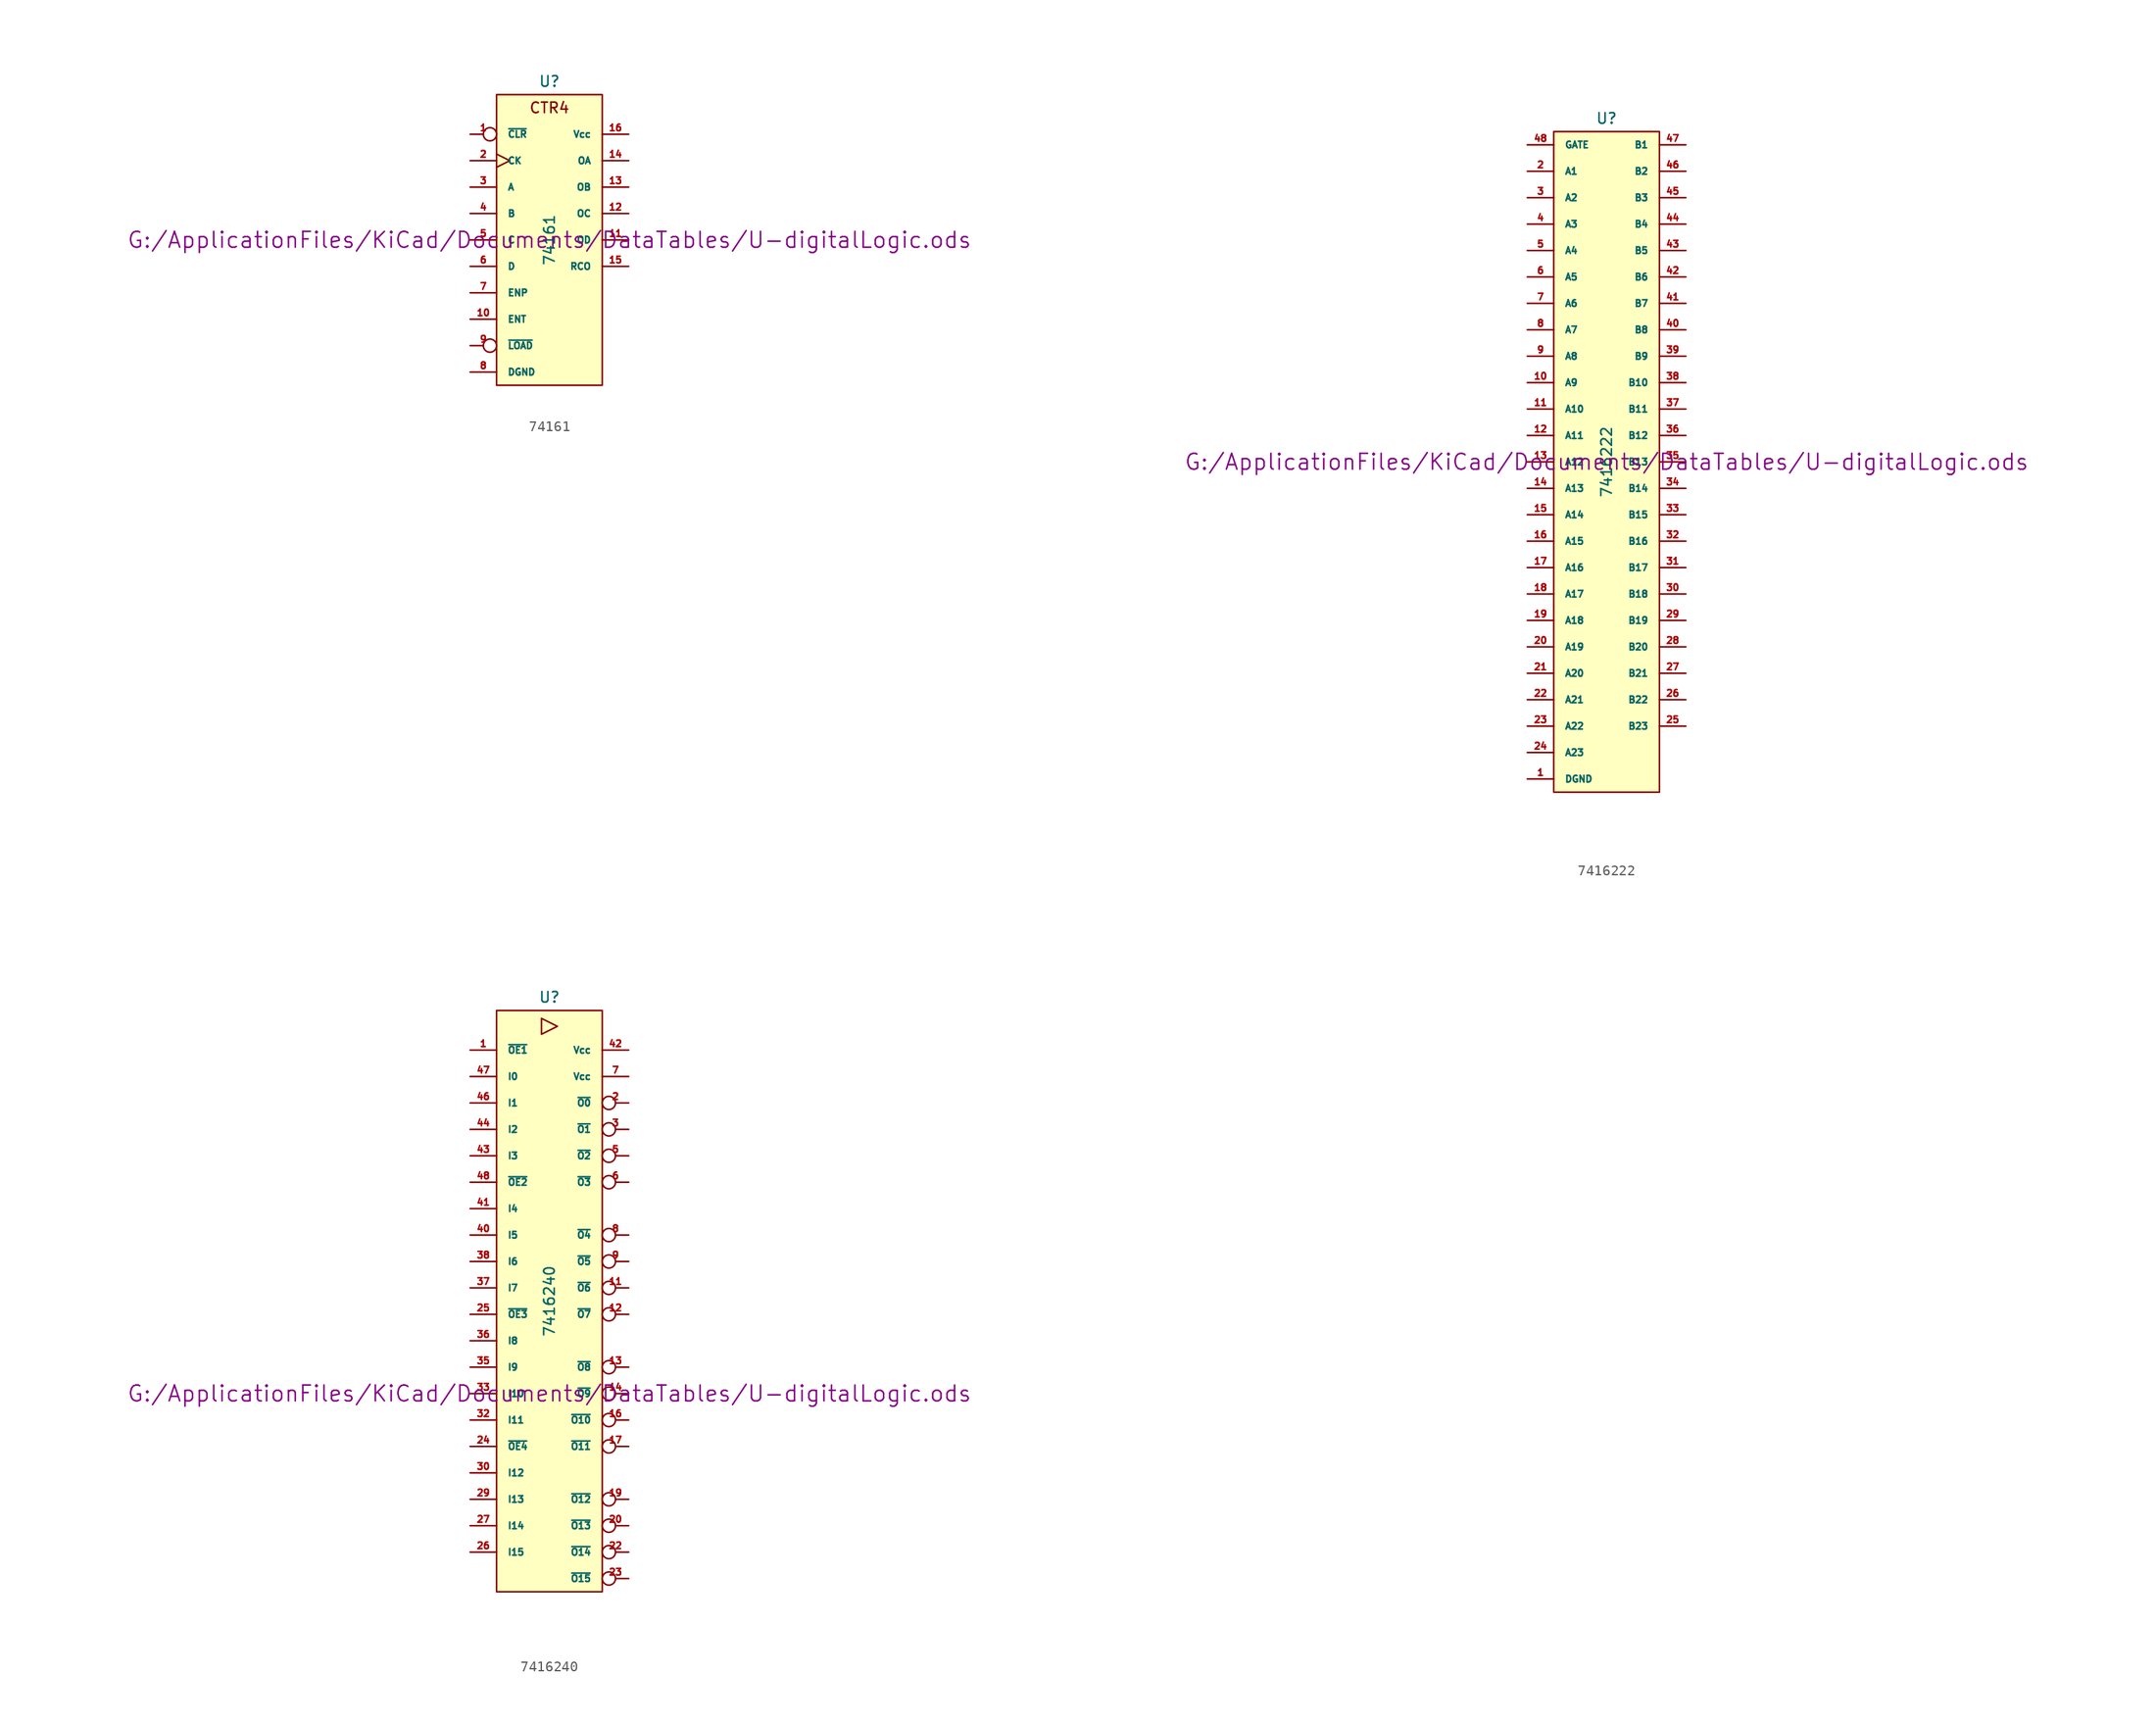
<source format=kicad_sym>
(kicad_symbol_lib
  (version 20211014)
  (generator kicad_symbol_editor)
  (symbol "74161"
    (pin_names
      (offset 1.016))
    (property "Reference" "U"
      (at 0 15.24 0)
      (effects (font (size 1.016 1.016))))
    (property "Value" "74161"
      (at 0 0 90)
      (effects (font (size 1.016 1.016))))
    (property "Footprint" ""
      (at 0 0 0)
      (effects (font (size 1.524 1.524))))
    (property "Datasheet" "G:/ApplicationFiles/KiCad/Documents/DataTables/U-digitalLogic.ods"
      (at 0 0 0)
      (effects (font (size 1.524 1.524))))
    (symbol "74161_0_0"
      (text "CTR4" (at 0 12.7 0) (effects (font (size 1.016 1.016)))))
    (symbol "74161_0_1"
      (rectangle (start -5.08 13.97) (end 5.08 -13.97) (stroke (width 0) (type default) (color 0 0 0 0)) (fill (type background))))
    (symbol "74161_1_1"
      (pin input inverted (at -7.62 10.16 0) (length 2.54) (name "~{CLR}" (effects (font (size 0.635 0.635)))) (number "1" (effects (font (size 0.635 0.635)))))
      (pin input line (at -7.62 -7.62 0) (length 2.54) (name "ENT" (effects (font (size 0.635 0.635)))) (number "10" (effects (font (size 0.635 0.635)))))
      (pin output line (at 7.62 0 180) (length 2.54) (name "OD" (effects (font (size 0.635 0.635)))) (number "11" (effects (font (size 0.635 0.635)))))
      (pin output line (at 7.62 2.54 180) (length 2.54) (name "OC" (effects (font (size 0.635 0.635)))) (number "12" (effects (font (size 0.635 0.635)))))
      (pin output line (at 7.62 5.08 180) (length 2.54) (name "OB" (effects (font (size 0.635 0.635)))) (number "13" (effects (font (size 0.635 0.635)))))
      (pin output line (at 7.62 7.62 180) (length 2.54) (name "OA" (effects (font (size 0.635 0.635)))) (number "14" (effects (font (size 0.635 0.635)))))
      (pin output line (at 7.62 -2.54 180) (length 2.54) (name "RCO" (effects (font (size 0.635 0.635)))) (number "15" (effects (font (size 0.635 0.635)))))
      (pin power_in line (at 7.62 10.16 180) (length 2.54) (name "Vcc" (effects (font (size 0.635 0.635)))) (number "16" (effects (font (size 0.635 0.635)))))
      (pin input clock (at -7.62 7.62 0) (length 2.54) (name "CK" (effects (font (size 0.635 0.635)))) (number "2" (effects (font (size 0.635 0.635)))))
      (pin input line (at -7.62 5.08 0) (length 2.54) (name "A" (effects (font (size 0.635 0.635)))) (number "3" (effects (font (size 0.635 0.635)))))
      (pin input line (at -7.62 2.54 0) (length 2.54) (name "B" (effects (font (size 0.635 0.635)))) (number "4" (effects (font (size 0.635 0.635)))))
      (pin input line (at -7.62 0 0) (length 2.54) (name "C" (effects (font (size 0.635 0.635)))) (number "5" (effects (font (size 0.635 0.635)))))
      (pin input line (at -7.62 -2.54 0) (length 2.54) (name "D" (effects (font (size 0.635 0.635)))) (number "6" (effects (font (size 0.635 0.635)))))
      (pin input line (at -7.62 -5.08 0) (length 2.54) (name "ENP" (effects (font (size 0.635 0.635)))) (number "7" (effects (font (size 0.635 0.635)))))
      (pin power_in line (at -7.62 -12.7 0) (length 2.54) (name "DGND" (effects (font (size 0.635 0.635)))) (number "8" (effects (font (size 0.635 0.635)))))
      (pin input inverted (at -7.62 -10.16 0) (length 2.54) (name "~{LOAD}" (effects (font (size 0.635 0.635)))) (number "9" (effects (font (size 0.635 0.635)))))))
  (symbol "7416222"
    (pin_names
      (offset 1.016))
    (property "Reference" "U"
      (at 0 33.02 0)
      (effects (font (size 1.016 1.016))))
    (property "Value" "7416222"
      (at 0 0 90)
      (effects (font (size 1.016 1.016))))
    (property "Footprint" ""
      (at 0 0 0)
      (effects (font (size 1.524 1.524))))
    (property "Datasheet" "G:/ApplicationFiles/KiCad/Documents/DataTables/U-digitalLogic.ods"
      (at 0 0 0)
      (effects (font (size 1.524 1.524))))
    (symbol "7416222_0_1"
      (rectangle (start -5.08 31.75) (end 5.08 -31.75) (stroke (width 0) (type default) (color 0 0 0 0)) (fill (type background))))
    (symbol "7416222_1_1"
      (pin power_in line (at -7.62 -30.48 0) (length 2.54) (name "DGND" (effects (font (size 0.635 0.635)))) (number "1" (effects (font (size 0.635 0.635)))))
      (pin bidirectional line (at -7.62 7.62 0) (length 2.54) (name "A9" (effects (font (size 0.635 0.635)))) (number "10" (effects (font (size 0.635 0.635)))))
      (pin bidirectional line (at -7.62 5.08 0) (length 2.54) (name "A10" (effects (font (size 0.635 0.635)))) (number "11" (effects (font (size 0.635 0.635)))))
      (pin bidirectional line (at -7.62 2.54 0) (length 2.54) (name "A11" (effects (font (size 0.635 0.635)))) (number "12" (effects (font (size 0.635 0.635)))))
      (pin bidirectional line (at -7.62 0 0) (length 2.54) (name "A12" (effects (font (size 0.635 0.635)))) (number "13" (effects (font (size 0.635 0.635)))))
      (pin bidirectional line (at -7.62 -2.54 0) (length 2.54) (name "A13" (effects (font (size 0.635 0.635)))) (number "14" (effects (font (size 0.635 0.635)))))
      (pin bidirectional line (at -7.62 -5.08 0) (length 2.54) (name "A14" (effects (font (size 0.635 0.635)))) (number "15" (effects (font (size 0.635 0.635)))))
      (pin bidirectional line (at -7.62 -7.62 0) (length 2.54) (name "A15" (effects (font (size 0.635 0.635)))) (number "16" (effects (font (size 0.635 0.635)))))
      (pin bidirectional line (at -7.62 -10.16 0) (length 2.54) (name "A16" (effects (font (size 0.635 0.635)))) (number "17" (effects (font (size 0.635 0.635)))))
      (pin bidirectional line (at -7.62 -12.7 0) (length 2.54) (name "A17" (effects (font (size 0.635 0.635)))) (number "18" (effects (font (size 0.635 0.635)))))
      (pin bidirectional line (at -7.62 -15.24 0) (length 2.54) (name "A18" (effects (font (size 0.635 0.635)))) (number "19" (effects (font (size 0.635 0.635)))))
      (pin bidirectional line (at -7.62 27.94 0) (length 2.54) (name "A1" (effects (font (size 0.635 0.635)))) (number "2" (effects (font (size 0.635 0.635)))))
      (pin bidirectional line (at -7.62 -17.78 0) (length 2.54) (name "A19" (effects (font (size 0.635 0.635)))) (number "20" (effects (font (size 0.635 0.635)))))
      (pin bidirectional line (at -7.62 -20.32 0) (length 2.54) (name "A20" (effects (font (size 0.635 0.635)))) (number "21" (effects (font (size 0.635 0.635)))))
      (pin bidirectional line (at -7.62 -22.86 0) (length 2.54) (name "A21" (effects (font (size 0.635 0.635)))) (number "22" (effects (font (size 0.635 0.635)))))
      (pin bidirectional line (at -7.62 -25.4 0) (length 2.54) (name "A22" (effects (font (size 0.635 0.635)))) (number "23" (effects (font (size 0.635 0.635)))))
      (pin bidirectional line (at -7.62 -27.94 0) (length 2.54) (name "A23" (effects (font (size 0.635 0.635)))) (number "24" (effects (font (size 0.635 0.635)))))
      (pin bidirectional line (at 7.62 -25.4 180) (length 2.54) (name "B23" (effects (font (size 0.635 0.635)))) (number "25" (effects (font (size 0.635 0.635)))))
      (pin bidirectional line (at 7.62 -22.86 180) (length 2.54) (name "B22" (effects (font (size 0.635 0.635)))) (number "26" (effects (font (size 0.635 0.635)))))
      (pin bidirectional line (at 7.62 -20.32 180) (length 2.54) (name "B21" (effects (font (size 0.635 0.635)))) (number "27" (effects (font (size 0.635 0.635)))))
      (pin bidirectional line (at 7.62 -17.78 180) (length 2.54) (name "B20" (effects (font (size 0.635 0.635)))) (number "28" (effects (font (size 0.635 0.635)))))
      (pin bidirectional line (at 7.62 -15.24 180) (length 2.54) (name "B19" (effects (font (size 0.635 0.635)))) (number "29" (effects (font (size 0.635 0.635)))))
      (pin bidirectional line (at -7.62 25.4 0) (length 2.54) (name "A2" (effects (font (size 0.635 0.635)))) (number "3" (effects (font (size 0.635 0.635)))))
      (pin bidirectional line (at 7.62 -12.7 180) (length 2.54) (name "B18" (effects (font (size 0.635 0.635)))) (number "30" (effects (font (size 0.635 0.635)))))
      (pin bidirectional line (at 7.62 -10.16 180) (length 2.54) (name "B17" (effects (font (size 0.635 0.635)))) (number "31" (effects (font (size 0.635 0.635)))))
      (pin bidirectional line (at 7.62 -7.62 180) (length 2.54) (name "B16" (effects (font (size 0.635 0.635)))) (number "32" (effects (font (size 0.635 0.635)))))
      (pin bidirectional line (at 7.62 -5.08 180) (length 2.54) (name "B15" (effects (font (size 0.635 0.635)))) (number "33" (effects (font (size 0.635 0.635)))))
      (pin bidirectional line (at 7.62 -2.54 180) (length 2.54) (name "B14" (effects (font (size 0.635 0.635)))) (number "34" (effects (font (size 0.635 0.635)))))
      (pin bidirectional line (at 7.62 0 180) (length 2.54) (name "B13" (effects (font (size 0.635 0.635)))) (number "35" (effects (font (size 0.635 0.635)))))
      (pin bidirectional line (at 7.62 2.54 180) (length 2.54) (name "B12" (effects (font (size 0.635 0.635)))) (number "36" (effects (font (size 0.635 0.635)))))
      (pin bidirectional line (at 7.62 5.08 180) (length 2.54) (name "B11" (effects (font (size 0.635 0.635)))) (number "37" (effects (font (size 0.635 0.635)))))
      (pin bidirectional line (at 7.62 7.62 180) (length 2.54) (name "B10" (effects (font (size 0.635 0.635)))) (number "38" (effects (font (size 0.635 0.635)))))
      (pin bidirectional line (at 7.62 10.16 180) (length 2.54) (name "B9" (effects (font (size 0.635 0.635)))) (number "39" (effects (font (size 0.635 0.635)))))
      (pin bidirectional line (at -7.62 22.86 0) (length 2.54) (name "A3" (effects (font (size 0.635 0.635)))) (number "4" (effects (font (size 0.635 0.635)))))
      (pin bidirectional line (at 7.62 12.7 180) (length 2.54) (name "B8" (effects (font (size 0.635 0.635)))) (number "40" (effects (font (size 0.635 0.635)))))
      (pin bidirectional line (at 7.62 15.24 180) (length 2.54) (name "B7" (effects (font (size 0.635 0.635)))) (number "41" (effects (font (size 0.635 0.635)))))
      (pin bidirectional line (at 7.62 17.78 180) (length 2.54) (name "B6" (effects (font (size 0.635 0.635)))) (number "42" (effects (font (size 0.635 0.635)))))
      (pin bidirectional line (at 7.62 20.32 180) (length 2.54) (name "B5" (effects (font (size 0.635 0.635)))) (number "43" (effects (font (size 0.635 0.635)))))
      (pin bidirectional line (at 7.62 22.86 180) (length 2.54) (name "B4" (effects (font (size 0.635 0.635)))) (number "44" (effects (font (size 0.635 0.635)))))
      (pin bidirectional line (at 7.62 25.4 180) (length 2.54) (name "B3" (effects (font (size 0.635 0.635)))) (number "45" (effects (font (size 0.635 0.635)))))
      (pin bidirectional line (at 7.62 27.94 180) (length 2.54) (name "B2" (effects (font (size 0.635 0.635)))) (number "46" (effects (font (size 0.635 0.635)))))
      (pin bidirectional line (at 7.62 30.48 180) (length 2.54) (name "B1" (effects (font (size 0.635 0.635)))) (number "47" (effects (font (size 0.635 0.635)))))
      (pin input line (at -7.62 30.48 0) (length 2.54) (name "GATE" (effects (font (size 0.635 0.635)))) (number "48" (effects (font (size 0.635 0.635)))))
      (pin bidirectional line (at -7.62 20.32 0) (length 2.54) (name "A4" (effects (font (size 0.635 0.635)))) (number "5" (effects (font (size 0.635 0.635)))))
      (pin bidirectional line (at -7.62 17.78 0) (length 2.54) (name "A5" (effects (font (size 0.635 0.635)))) (number "6" (effects (font (size 0.635 0.635)))))
      (pin bidirectional line (at -7.62 15.24 0) (length 2.54) (name "A6" (effects (font (size 0.635 0.635)))) (number "7" (effects (font (size 0.635 0.635)))))
      (pin bidirectional line (at -7.62 12.7 0) (length 2.54) (name "A7" (effects (font (size 0.635 0.635)))) (number "8" (effects (font (size 0.635 0.635)))))
      (pin bidirectional line (at -7.62 10.16 0) (length 2.54) (name "A8" (effects (font (size 0.635 0.635)))) (number "9" (effects (font (size 0.635 0.635)))))))
  (symbol "7416240"
    (pin_names
      (offset 1.016))
    (property "Reference" "U"
      (at 0 29.21 0)
      (effects (font (size 1.016 1.016))))
    (property "Value" "7416240"
      (at 0 0 90)
      (effects (font (size 1.016 1.016))))
    (property "Footprint" ""
      (at 0 -8.89 0)
      (effects (font (size 1.524 1.524))))
    (property "Datasheet" "G:/ApplicationFiles/KiCad/Documents/DataTables/U-digitalLogic.ods"
      (at 0 -8.89 0)
      (effects (font (size 1.524 1.524))))
    (symbol "7416240_0_0"
      (polyline (pts (xy -0.762 27.178) (xy -0.762 25.654) (xy 0.762 26.416) (xy -0.762 27.178)) (stroke (width 0) (type default) (color 0 0 0 0)) (fill (type none))))
    (symbol "7416240_0_1"
      (rectangle (start -5.08 27.94) (end 5.08 -27.94) (stroke (width 0) (type default) (color 0 0 0 0)) (fill (type background))))
    (symbol "7416240_1_0"
      (pin power_in line (at -3.81 -27.94 270) (length 0) hide (name "DGND" (effects (font (size 0.762 0.762)))) (number "10" (effects (font (size 0.762 0.762)))))
      (pin power_in line (at -2.54 -27.94 270) (length 0) hide (name "DGND" (effects (font (size 0.762 0.762)))) (number "15" (effects (font (size 0.762 0.762)))))
      (pin power_in line (at -1.27 -27.94 270) (length 0) hide (name "DGND" (effects (font (size 0.762 0.762)))) (number "21" (effects (font (size 0.762 0.762)))))
      (pin power_in line (at 0 -27.94 270) (length 0) hide (name "DGND" (effects (font (size 0.762 0.762)))) (number "28" (effects (font (size 0.762 0.762)))))
      (pin power_in line (at 1.27 -27.94 270) (length 0) hide (name "DGND" (effects (font (size 0.762 0.762)))) (number "34" (effects (font (size 0.762 0.762)))))
      (pin power_in line (at 2.54 -27.94 270) (length 0) hide (name "DGND" (effects (font (size 0.762 0.762)))) (number "39" (effects (font (size 0.762 0.762)))))
      (pin power_in line (at -5.08 -27.94 270) (length 0) hide (name "DGND" (effects (font (size 0.762 0.762)))) (number "4" (effects (font (size 0.762 0.762)))))
      (pin power_in line (at 3.81 -27.94 270) (length 0) hide (name "DGND" (effects (font (size 0.762 0.762)))) (number "45" (effects (font (size 0.762 0.762))))))
    (symbol "7416240_1_1"
      (pin input line (at -7.62 24.13 0) (length 2.54) (name "~{OE1}" (effects (font (size 0.635 0.635)))) (number "1" (effects (font (size 0.635 0.635)))))
      (pin output inverted (at 7.62 1.27 180) (length 2.54) (name "~{O6}" (effects (font (size 0.635 0.635)))) (number "11" (effects (font (size 0.635 0.635)))))
      (pin output inverted (at 7.62 -1.27 180) (length 2.54) (name "~{O7}" (effects (font (size 0.635 0.635)))) (number "12" (effects (font (size 0.635 0.635)))))
      (pin output inverted (at 7.62 -6.35 180) (length 2.54) (name "~{O8}" (effects (font (size 0.635 0.635)))) (number "13" (effects (font (size 0.635 0.635)))))
      (pin output inverted (at 7.62 -8.89 180) (length 2.54) (name "~{O9}" (effects (font (size 0.635 0.635)))) (number "14" (effects (font (size 0.635 0.635)))))
      (pin output inverted (at 7.62 -11.43 180) (length 2.54) (name "~{O10}" (effects (font (size 0.635 0.635)))) (number "16" (effects (font (size 0.635 0.635)))))
      (pin output inverted (at 7.62 -13.97 180) (length 2.54) (name "~{O11}" (effects (font (size 0.635 0.635)))) (number "17" (effects (font (size 0.635 0.635)))))
      (pin output inverted (at 7.62 -19.05 180) (length 2.54) (name "~{O12}" (effects (font (size 0.635 0.635)))) (number "19" (effects (font (size 0.635 0.635)))))
      (pin output inverted (at 7.62 19.05 180) (length 2.54) (name "~{O0}" (effects (font (size 0.635 0.635)))) (number "2" (effects (font (size 0.635 0.635)))))
      (pin output inverted (at 7.62 -21.59 180) (length 2.54) (name "~{O13}" (effects (font (size 0.635 0.635)))) (number "20" (effects (font (size 0.635 0.635)))))
      (pin output inverted (at 7.62 -24.13 180) (length 2.54) (name "~{O14}" (effects (font (size 0.635 0.635)))) (number "22" (effects (font (size 0.635 0.635)))))
      (pin output inverted (at 7.62 -26.67 180) (length 2.54) (name "~{O15}" (effects (font (size 0.635 0.635)))) (number "23" (effects (font (size 0.635 0.635)))))
      (pin input line (at -7.62 -13.97 0) (length 2.54) (name "~{OE4}" (effects (font (size 0.635 0.635)))) (number "24" (effects (font (size 0.635 0.635)))))
      (pin input line (at -7.62 -1.27 0) (length 2.54) (name "~{OE3}" (effects (font (size 0.635 0.635)))) (number "25" (effects (font (size 0.635 0.635)))))
      (pin input line (at -7.62 -24.13 0) (length 2.54) (name "I15" (effects (font (size 0.635 0.635)))) (number "26" (effects (font (size 0.635 0.635)))))
      (pin input line (at -7.62 -21.59 0) (length 2.54) (name "I14" (effects (font (size 0.635 0.635)))) (number "27" (effects (font (size 0.635 0.635)))))
      (pin input line (at -7.62 -19.05 0) (length 2.54) (name "I13" (effects (font (size 0.635 0.635)))) (number "29" (effects (font (size 0.635 0.635)))))
      (pin output inverted (at 7.62 16.51 180) (length 2.54) (name "~{O1}" (effects (font (size 0.635 0.635)))) (number "3" (effects (font (size 0.635 0.635)))))
      (pin input line (at -7.62 -16.51 0) (length 2.54) (name "I12" (effects (font (size 0.635 0.635)))) (number "30" (effects (font (size 0.635 0.635)))))
      (pin input line (at -7.62 -11.43 0) (length 2.54) (name "I11" (effects (font (size 0.635 0.635)))) (number "32" (effects (font (size 0.635 0.635)))))
      (pin input line (at -7.62 -8.89 0) (length 2.54) (name "I10" (effects (font (size 0.635 0.635)))) (number "33" (effects (font (size 0.635 0.635)))))
      (pin input line (at -7.62 -6.35 0) (length 2.54) (name "I9" (effects (font (size 0.635 0.635)))) (number "35" (effects (font (size 0.635 0.635)))))
      (pin input line (at -7.62 -3.81 0) (length 2.54) (name "I8" (effects (font (size 0.635 0.635)))) (number "36" (effects (font (size 0.635 0.635)))))
      (pin input line (at -7.62 1.27 0) (length 2.54) (name "I7" (effects (font (size 0.635 0.635)))) (number "37" (effects (font (size 0.635 0.635)))))
      (pin input line (at -7.62 3.81 0) (length 2.54) (name "I6" (effects (font (size 0.635 0.635)))) (number "38" (effects (font (size 0.635 0.635)))))
      (pin input line (at -7.62 6.35 0) (length 2.54) (name "I5" (effects (font (size 0.635 0.635)))) (number "40" (effects (font (size 0.635 0.635)))))
      (pin input line (at -7.62 8.89 0) (length 2.54) (name "I4" (effects (font (size 0.635 0.635)))) (number "41" (effects (font (size 0.635 0.635)))))
      (pin power_in line (at 7.62 24.13 180) (length 2.54) (name "Vcc" (effects (font (size 0.635 0.635)))) (number "42" (effects (font (size 0.635 0.635)))))
      (pin input line (at -7.62 13.97 0) (length 2.54) (name "I3" (effects (font (size 0.635 0.635)))) (number "43" (effects (font (size 0.635 0.635)))))
      (pin input line (at -7.62 16.51 0) (length 2.54) (name "I2" (effects (font (size 0.635 0.635)))) (number "44" (effects (font (size 0.635 0.635)))))
      (pin input line (at -7.62 19.05 0) (length 2.54) (name "I1" (effects (font (size 0.635 0.635)))) (number "46" (effects (font (size 0.635 0.635)))))
      (pin input line (at -7.62 21.59 0) (length 2.54) (name "I0" (effects (font (size 0.635 0.635)))) (number "47" (effects (font (size 0.635 0.635)))))
      (pin input line (at -7.62 11.43 0) (length 2.54) (name "~{OE2}" (effects (font (size 0.635 0.635)))) (number "48" (effects (font (size 0.635 0.635)))))
      (pin output inverted (at 7.62 13.97 180) (length 2.54) (name "~{O2}" (effects (font (size 0.635 0.635)))) (number "5" (effects (font (size 0.635 0.635)))))
      (pin output inverted (at 7.62 11.43 180) (length 2.54) (name "~{O3}" (effects (font (size 0.635 0.635)))) (number "6" (effects (font (size 0.635 0.635)))))
      (pin power_in line (at 7.62 21.59 180) (length 2.54) (name "Vcc" (effects (font (size 0.635 0.635)))) (number "7" (effects (font (size 0.635 0.635)))))
      (pin output inverted (at 7.62 6.35 180) (length 2.54) (name "~{O4}" (effects (font (size 0.635 0.635)))) (number "8" (effects (font (size 0.635 0.635)))))
      (pin output inverted (at 7.62 3.81 180) (length 2.54) (name "~{O5}" (effects (font (size 0.635 0.635)))) (number "9" (effects (font (size 0.635 0.635))))))))
</source>
